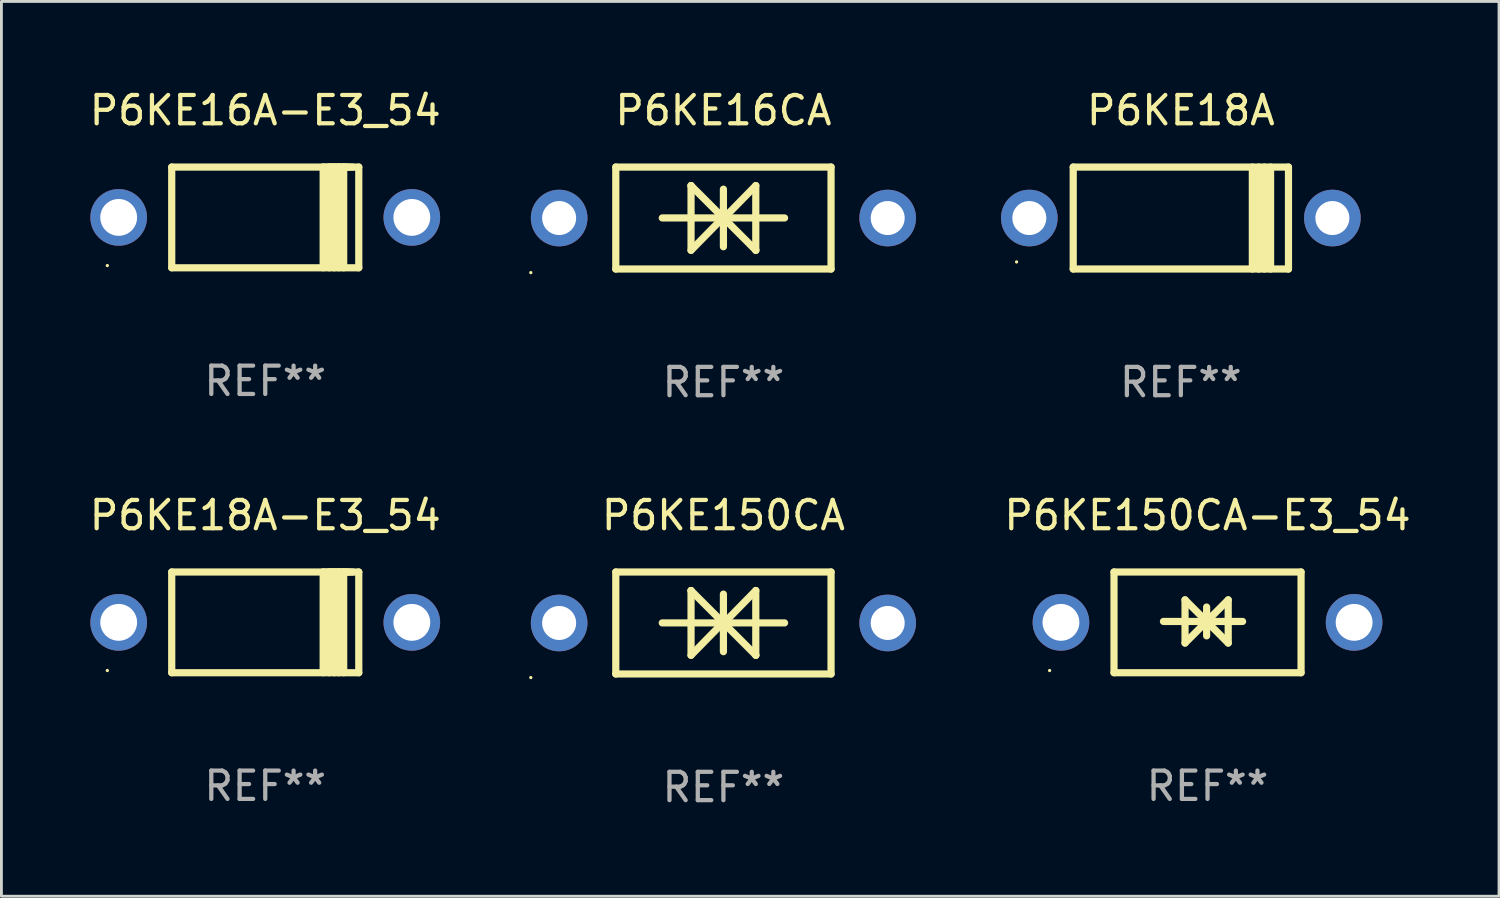
<source format=kicad_pcb>
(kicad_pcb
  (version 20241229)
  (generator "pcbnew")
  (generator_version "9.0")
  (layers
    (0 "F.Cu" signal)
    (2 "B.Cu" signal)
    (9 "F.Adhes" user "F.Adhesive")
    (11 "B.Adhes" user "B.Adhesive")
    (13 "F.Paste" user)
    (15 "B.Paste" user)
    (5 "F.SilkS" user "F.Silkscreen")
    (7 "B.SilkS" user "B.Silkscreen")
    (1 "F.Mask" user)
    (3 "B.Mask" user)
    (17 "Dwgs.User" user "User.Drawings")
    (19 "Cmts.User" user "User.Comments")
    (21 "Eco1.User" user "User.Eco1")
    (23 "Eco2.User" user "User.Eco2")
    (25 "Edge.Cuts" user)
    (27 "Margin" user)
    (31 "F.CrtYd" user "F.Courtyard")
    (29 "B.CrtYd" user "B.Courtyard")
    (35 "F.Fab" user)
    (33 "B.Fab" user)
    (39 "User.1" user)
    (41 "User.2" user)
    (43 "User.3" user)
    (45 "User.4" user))
  (footprint "P6KE16A-E3_54"
    (layer "F.Cu")
    (at 6.315 4.626)
    (property "Reference" "P6KE16A-E3_54" (at 0 -3.778 0) (layer "F.SilkS") (effects (font (size 1 1) (thickness 0.15))))
    (attr through_hole)
    (fp_line (start -3.302 -1.778) (end -3.302 1.778) (stroke (width 0.254) (type solid)) (layer "F.SilkS"))
    (fp_line (start -3.302 1.778) (end 3.302 1.778) (stroke (width 0.254) (type solid)) (layer "F.SilkS"))
    (fp_line (start 2.045 -1.778) (end 2.045 1.778) (stroke (width 0.254) (type solid)) (layer "F.SilkS"))
    (fp_line (start 2.261 -1.778) (end 2.261 1.778) (stroke (width 0.254) (type solid)) (layer "F.SilkS"))
    (fp_line (start 2.421 -1.778) (end 2.045 -1.778) (stroke (width 0.254) (type solid)) (layer "F.SilkS"))
    (fp_line (start 2.439 -1.778) (end 2.439 1.778) (stroke (width 0.254) (type solid)) (layer "F.SilkS"))
    (fp_line (start 2.579 -1.778) (end 2.261 -1.778) (stroke (width 0.254) (type solid)) (layer "F.SilkS"))
    (fp_line (start 2.604 -1.778) (end 2.604 1.778) (stroke (width 0.254) (type solid)) (layer "F.SilkS"))
    (fp_line (start 2.757 -1.778) (end 2.439 -1.778) (stroke (width 0.254) (type solid)) (layer "F.SilkS"))
    (fp_line (start 2.769 -1.778) (end 2.769 1.778) (stroke (width 0.254) (type solid)) (layer "F.SilkS"))
    (fp_line (start 2.922 -1.778) (end 2.604 -1.778) (stroke (width 0.254) (type solid)) (layer "F.SilkS"))
    (fp_line (start 3.087 -1.778) (end 2.769 -1.778) (stroke (width 0.254) (type solid)) (layer "F.SilkS"))
    (fp_line (start 3.302 -1.778) (end -3.302 -1.778) (stroke (width 0.254) (type solid)) (layer "F.SilkS"))
    (fp_line (start 3.302 1.778) (end 3.302 -1.778) (stroke (width 0.254) (type solid)) (layer "F.SilkS"))
    (fp_circle (center -5.576 1.7) (end -5.546 1.7) (stroke (width 0.06) (type solid)) (fill no) (layer "F.SilkS"))
    (fp_text user "REF**" (at 0 5.778 0) (layer "F.Fab") (effects (font (size 1 1) (thickness 0.15))))
    (pad "1" thru_hole circle (at -5.175 0) (size 2 2) (drill 1.3) (layers "*.Cu" "*.Mask"))
    (pad "2" thru_hole circle (at 5.175 0) (size 2 2) (drill 1.3) (layers "*.Cu" "*.Mask")))
  (footprint "P6KE18A-E3_54"
    (layer "F.Cu")
    (at 6.315 18.923)
    (property "Reference" "P6KE18A-E3_54" (at 0 -3.778 0) (layer "F.SilkS") (effects (font (size 1 1) (thickness 0.15))))
    (attr through_hole)
    (fp_line (start -3.302 -1.778) (end -3.302 1.778) (stroke (width 0.254) (type solid)) (layer "F.SilkS"))
    (fp_line (start -3.302 1.778) (end 3.302 1.778) (stroke (width 0.254) (type solid)) (layer "F.SilkS"))
    (fp_line (start 2.045 -1.778) (end 2.045 1.778) (stroke (width 0.254) (type solid)) (layer "F.SilkS"))
    (fp_line (start 2.261 -1.778) (end 2.261 1.778) (stroke (width 0.254) (type solid)) (layer "F.SilkS"))
    (fp_line (start 2.421 -1.778) (end 2.045 -1.778) (stroke (width 0.254) (type solid)) (layer "F.SilkS"))
    (fp_line (start 2.439 -1.778) (end 2.439 1.778) (stroke (width 0.254) (type solid)) (layer "F.SilkS"))
    (fp_line (start 2.579 -1.778) (end 2.261 -1.778) (stroke (width 0.254) (type solid)) (layer "F.SilkS"))
    (fp_line (start 2.604 -1.778) (end 2.604 1.778) (stroke (width 0.254) (type solid)) (layer "F.SilkS"))
    (fp_line (start 2.757 -1.778) (end 2.439 -1.778) (stroke (width 0.254) (type solid)) (layer "F.SilkS"))
    (fp_line (start 2.769 -1.778) (end 2.769 1.778) (stroke (width 0.254) (type solid)) (layer "F.SilkS"))
    (fp_line (start 2.922 -1.778) (end 2.604 -1.778) (stroke (width 0.254) (type solid)) (layer "F.SilkS"))
    (fp_line (start 3.087 -1.778) (end 2.769 -1.778) (stroke (width 0.254) (type solid)) (layer "F.SilkS"))
    (fp_line (start 3.302 -1.778) (end -3.302 -1.778) (stroke (width 0.254) (type solid)) (layer "F.SilkS"))
    (fp_line (start 3.302 1.778) (end 3.302 -1.778) (stroke (width 0.254) (type solid)) (layer "F.SilkS"))
    (fp_circle (center -5.576 1.7) (end -5.546 1.7) (stroke (width 0.06) (type solid)) (fill no) (layer "F.SilkS"))
    (fp_text user "REF**" (at 0 5.778 0) (layer "F.Fab") (effects (font (size 1 1) (thickness 0.15))))
    (pad "1" thru_hole circle (at -5.175 0) (size 2 2) (drill 1.3) (layers "*.Cu" "*.Mask"))
    (pad "2" thru_hole circle (at 5.175 0) (size 2 2) (drill 1.3) (layers "*.Cu" "*.Mask")))
  (footprint "P6KE150CA-E3_54"
    (layer "F.Cu")
    (at 39.583 18.923)
    (property "Reference" "P6KE150CA-E3_54" (at 0 -3.778 0) (layer "F.SilkS") (effects (font (size 1 1) (thickness 0.15))))
    (attr through_hole)
    (fp_line (start -3.302 -1.778) (end -3.302 1.778) (stroke (width 0.254) (type solid)) (layer "F.SilkS"))
    (fp_line (start -3.302 1.778) (end 3.302 1.778) (stroke (width 0.254) (type solid)) (layer "F.SilkS"))
    (fp_line (start -1.556 -0.032) (end 1.238 -0.032) (stroke (width 0.254) (type solid)) (layer "F.SilkS"))
    (fp_line (start -0.794 -0.794) (end 0.73 0.73) (stroke (width 0.254) (type solid)) (layer "F.SilkS"))
    (fp_line (start -0.794 0.73) (end -0.794 -0.794) (stroke (width 0.254) (type solid)) (layer "F.SilkS"))
    (fp_line (start -0.032 -0.54) (end -0.032 0.476) (stroke (width 0.254) (type solid)) (layer "F.SilkS"))
    (fp_line (start 0.73 -0.794) (end -0.794 0.73) (stroke (width 0.254) (type solid)) (layer "F.SilkS"))
    (fp_line (start 0.73 0.73) (end 0.73 -0.794) (stroke (width 0.254) (type solid)) (layer "F.SilkS"))
    (fp_line (start 3.302 -1.778) (end -3.302 -1.778) (stroke (width 0.254) (type solid)) (layer "F.SilkS"))
    (fp_line (start 3.302 1.778) (end 3.302 -1.778) (stroke (width 0.254) (type solid)) (layer "F.SilkS"))
    (fp_circle (center -5.576 1.7) (end -5.546 1.7) (stroke (width 0.06) (type solid)) (fill no) (layer "F.SilkS"))
    (fp_text user "REF**" (at 0 5.778 0) (layer "F.Fab") (effects (font (size 1 1) (thickness 0.15))))
    (pad "1" thru_hole circle (at -5.175 0) (size 2 2) (drill 1.3) (layers "*.Cu" "*.Mask"))
    (pad "2" thru_hole circle (at 5.175 0) (size 2 2) (drill 1.3) (layers "*.Cu" "*.Mask")))
  (footprint "P6KE18A"
    (layer "F.Cu")
    (at 38.641 4.648)
    (property "Reference" "P6KE18A" (at 0 -3.8 0) (layer "F.SilkS") (effects (font (size 1 1) (thickness 0.15))))
    (attr through_hole)
    (fp_line (start -3.8 1.8) (end -3.8 -1.8) (stroke (width 0.254) (type solid)) (layer "F.SilkS"))
    (fp_line (start 2.524 1.8) (end 2.524 -1.8) (stroke (width 0.254) (type solid)) (layer "F.SilkS"))
    (fp_line (start 2.75 1.8) (end 2.75 -1.8) (stroke (width 0.254) (type solid)) (layer "F.SilkS"))
    (fp_line (start 2.95 -1.8) (end 2.95 1.8) (stroke (width 0.254) (type solid)) (layer "F.SilkS"))
    (fp_line (start 3.168 -1.8) (end 3.168 1.8) (stroke (width 0.254) (type solid)) (layer "F.SilkS"))
    (fp_line (start 3.8 1.8) (end -3.8 1.8) (stroke (width 0.254) (type solid)) (layer "F.SilkS"))
    (fp_line (start 3.8 1.8) (end 3.8 -1.8) (stroke (width 0.254) (type solid)) (layer "F.SilkS"))
    (fp_line (start 3.8 -1.8) (end -3.8 -1.8) (stroke (width 0.254) (type solid)) (layer "F.SilkS"))
    (fp_circle (center -5.8 1.55) (end -5.77 1.55) (stroke (width 0.06) (type solid)) (fill no) (layer "F.SilkS"))
    (fp_text user "REF**" (at 0 5.8 0) (layer "F.Fab") (effects (font (size 1 1) (thickness 0.15))))
    (pad "1" thru_hole circle (at -5.35 0) (size 2 2) (drill 1.2) (layers "*.Cu" "*.Mask"))
    (pad "2" thru_hole circle (at 5.35 0) (size 2 2) (drill 1.2) (layers "*.Cu" "*.Mask")))
  (footprint "P6KE16CA"
    (layer "F.Cu")
    (at 22.491 4.648)
    (property "Reference" "P6KE16CA" (at 0 -3.8 0) (layer "F.SilkS") (effects (font (size 1 1) (thickness 0.15))))
    (attr through_hole)
    (fp_line (start -3.8 -1.8) (end -3.8 1.8) (stroke (width 0.254) (type solid)) (layer "F.SilkS"))
    (fp_line (start -3.8 -1.8) (end 3.8 -1.8) (stroke (width 0.254) (type solid)) (layer "F.SilkS"))
    (fp_line (start -3.8 1.8) (end 3.8 1.8) (stroke (width 0.254) (type solid)) (layer "F.SilkS"))
    (fp_line (start -2.159 -0.003) (end 2.159 -0.003) (stroke (width 0.254) (type solid)) (layer "F.SilkS"))
    (fp_line (start -1.143 -1.146) (end -1.143 1.14) (stroke (width 0.254) (type solid)) (layer "F.SilkS"))
    (fp_line (start -1.143 -1.143) (end -1.143 -1.146) (stroke (width 0.254) (type solid)) (layer "F.SilkS"))
    (fp_line (start 0 -1.019) (end 0 1.013) (stroke (width 0.254) (type solid)) (layer "F.SilkS"))
    (fp_line (start 0 -0.026) (end -1.143 1.14) (stroke (width 0.254) (type solid)) (layer "F.SilkS"))
    (fp_line (start 0 -0.006) (end 1.143 1.137) (stroke (width 0.254) (type solid)) (layer "F.SilkS"))
    (fp_line (start 0 0) (end -1.143 -1.143) (stroke (width 0.254) (type solid)) (layer "F.SilkS"))
    (fp_line (start 0 0.02) (end 1.143 -1.146) (stroke (width 0.254) (type solid)) (layer "F.SilkS"))
    (fp_line (start 1.143 1.137) (end 1.143 1.14) (stroke (width 0.254) (type solid)) (layer "F.SilkS"))
    (fp_line (start 1.143 1.14) (end 1.143 -1.146) (stroke (width 0.254) (type solid)) (layer "F.SilkS"))
    (fp_line (start 3.8 -1.8) (end 3.8 1.8) (stroke (width 0.254) (type solid)) (layer "F.SilkS"))
    (fp_circle (center -6.8 1.927) (end -6.77 1.927) (stroke (width 0.06) (type solid)) (fill no) (layer "F.SilkS"))
    (fp_text user "REF**" (at 0 5.8 0) (layer "F.Fab") (effects (font (size 1 1) (thickness 0.15))))
    (pad "1" thru_hole circle (at -5.8 0) (size 2 2) (drill 1.2) (layers "*.Cu" "*.Mask"))
    (pad "2" thru_hole circle (at 5.8 0) (size 2 2) (drill 1.2) (layers "*.Cu" "*.Mask")))
  (footprint "P6KE150CA"
    (layer "F.Cu")
    (at 22.491 18.945)
    (property "Reference" "P6KE150CA" (at 0 -3.8 0) (layer "F.SilkS") (effects (font (size 1 1) (thickness 0.15))))
    (attr through_hole)
    (fp_line (start -3.8 -1.8) (end -3.8 1.8) (stroke (width 0.254) (type solid)) (layer "F.SilkS"))
    (fp_line (start -3.8 -1.8) (end 3.8 -1.8) (stroke (width 0.254) (type solid)) (layer "F.SilkS"))
    (fp_line (start -3.8 1.8) (end 3.8 1.8) (stroke (width 0.254) (type solid)) (layer "F.SilkS"))
    (fp_line (start -2.159 -0.003) (end 2.159 -0.003) (stroke (width 0.254) (type solid)) (layer "F.SilkS"))
    (fp_line (start -1.143 -1.146) (end -1.143 1.14) (stroke (width 0.254) (type solid)) (layer "F.SilkS"))
    (fp_line (start -1.143 -1.143) (end -1.143 -1.146) (stroke (width 0.254) (type solid)) (layer "F.SilkS"))
    (fp_line (start 0 -1.019) (end 0 1.013) (stroke (width 0.254) (type solid)) (layer "F.SilkS"))
    (fp_line (start 0 -0.026) (end -1.143 1.14) (stroke (width 0.254) (type solid)) (layer "F.SilkS"))
    (fp_line (start 0 -0.006) (end 1.143 1.137) (stroke (width 0.254) (type solid)) (layer "F.SilkS"))
    (fp_line (start 0 0) (end -1.143 -1.143) (stroke (width 0.254) (type solid)) (layer "F.SilkS"))
    (fp_line (start 0 0.02) (end 1.143 -1.146) (stroke (width 0.254) (type solid)) (layer "F.SilkS"))
    (fp_line (start 1.143 1.137) (end 1.143 1.14) (stroke (width 0.254) (type solid)) (layer "F.SilkS"))
    (fp_line (start 1.143 1.14) (end 1.143 -1.146) (stroke (width 0.254) (type solid)) (layer "F.SilkS"))
    (fp_line (start 3.8 -1.8) (end 3.8 1.8) (stroke (width 0.254) (type solid)) (layer "F.SilkS"))
    (fp_circle (center -6.8 1.927) (end -6.77 1.927) (stroke (width 0.06) (type solid)) (fill no) (layer "F.SilkS"))
    (fp_text user "REF**" (at 0 5.8 0) (layer "F.Fab") (effects (font (size 1 1) (thickness 0.15))))
    (pad "1" thru_hole circle (at -5.8 0) (size 2 2) (drill 1.2) (layers "*.Cu" "*.Mask"))
    (pad "2" thru_hole circle (at 5.8 0) (size 2 2) (drill 1.2) (layers "*.Cu" "*.Mask")))
  (gr_rect
    (start -3 -3)
    (end 49.874 28.593)
    (stroke (width 0.1) (type default))
    (fill no)
    (layer "Edge.Cuts")))
</source>
